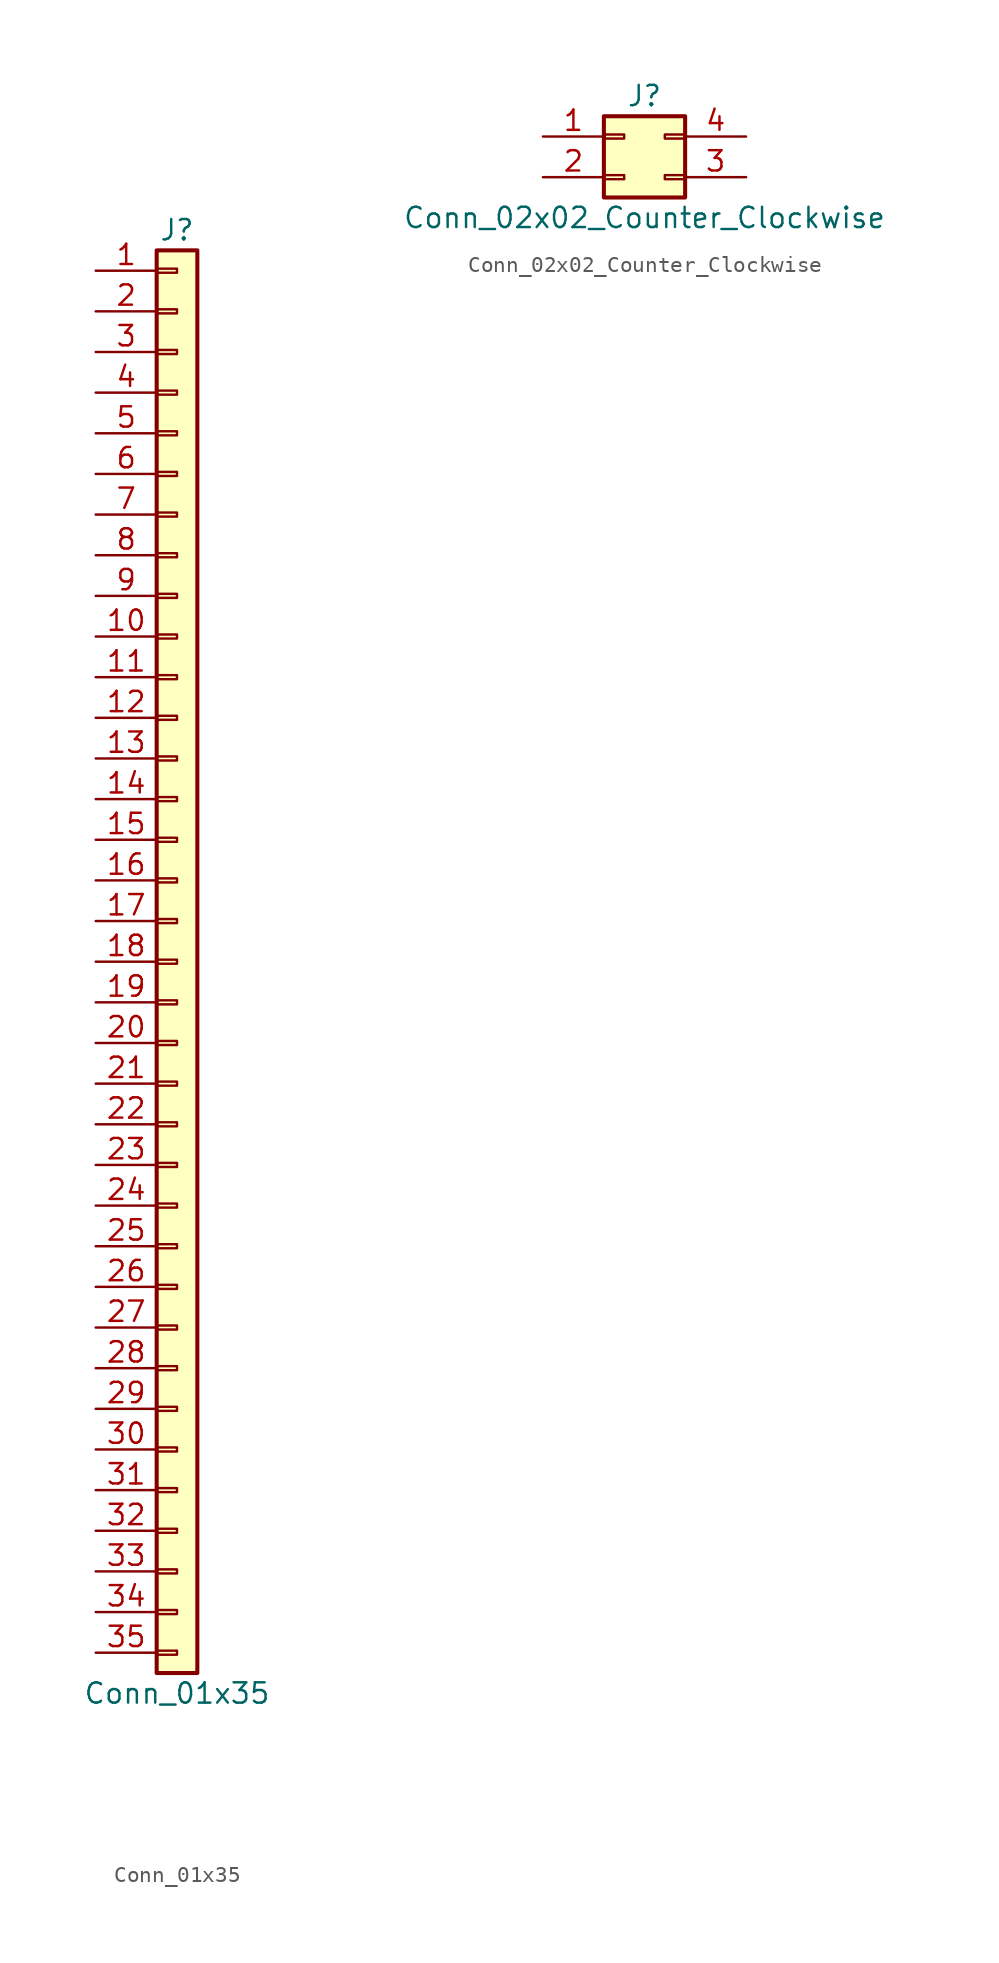
<source format=kicad_sym>
(kicad_symbol_lib
  (version 20220914)
  (generator kicad_symbol_editor)
  (symbol "Conn_01x35"
    (pin_names
      (offset 1.016) hide)
    (property "Reference" "J"
      (at 0 45.72 0)
      (effects (font (size 1.27 1.27))))
    (property "Value" "Conn_01x35"
      (at 0 -45.72 0)
      (effects (font (size 1.27 1.27))))
    (symbol "Conn_01x35_1_1"
      (rectangle (start -1.27 -43.053) (end 0 -43.307) (stroke (width 0.152) (type default)) (fill (type none)))
      (rectangle (start -1.27 -40.513) (end 0 -40.767) (stroke (width 0.152) (type default)) (fill (type none)))
      (rectangle (start -1.27 -37.973) (end 0 -38.227) (stroke (width 0.152) (type default)) (fill (type none)))
      (rectangle (start -1.27 -35.433) (end 0 -35.687) (stroke (width 0.152) (type default)) (fill (type none)))
      (rectangle (start -1.27 -32.893) (end 0 -33.147) (stroke (width 0.152) (type default)) (fill (type none)))
      (rectangle (start -1.27 -30.353) (end 0 -30.607) (stroke (width 0.152) (type default)) (fill (type none)))
      (rectangle (start -1.27 -27.813) (end 0 -28.067) (stroke (width 0.152) (type default)) (fill (type none)))
      (rectangle (start -1.27 -25.273) (end 0 -25.527) (stroke (width 0.152) (type default)) (fill (type none)))
      (rectangle (start -1.27 -22.733) (end 0 -22.987) (stroke (width 0.152) (type default)) (fill (type none)))
      (rectangle (start -1.27 -20.193) (end 0 -20.447) (stroke (width 0.152) (type default)) (fill (type none)))
      (rectangle (start -1.27 -17.653) (end 0 -17.907) (stroke (width 0.152) (type default)) (fill (type none)))
      (rectangle (start -1.27 -15.113) (end 0 -15.367) (stroke (width 0.152) (type default)) (fill (type none)))
      (rectangle (start -1.27 -12.573) (end 0 -12.827) (stroke (width 0.152) (type default)) (fill (type none)))
      (rectangle (start -1.27 -10.033) (end 0 -10.287) (stroke (width 0.152) (type default)) (fill (type none)))
      (rectangle (start -1.27 -7.493) (end 0 -7.747) (stroke (width 0.152) (type default)) (fill (type none)))
      (rectangle (start -1.27 -4.953) (end 0 -5.207) (stroke (width 0.152) (type default)) (fill (type none)))
      (rectangle (start -1.27 -2.413) (end 0 -2.667) (stroke (width 0.152) (type default)) (fill (type none)))
      (rectangle (start -1.27 0.127) (end 0 -0.127) (stroke (width 0.152) (type default)) (fill (type none)))
      (rectangle (start -1.27 2.667) (end 0 2.413) (stroke (width 0.152) (type default)) (fill (type none)))
      (rectangle (start -1.27 5.207) (end 0 4.953) (stroke (width 0.152) (type default)) (fill (type none)))
      (rectangle (start -1.27 7.747) (end 0 7.493) (stroke (width 0.152) (type default)) (fill (type none)))
      (rectangle (start -1.27 10.287) (end 0 10.033) (stroke (width 0.152) (type default)) (fill (type none)))
      (rectangle (start -1.27 12.827) (end 0 12.573) (stroke (width 0.152) (type default)) (fill (type none)))
      (rectangle (start -1.27 15.367) (end 0 15.113) (stroke (width 0.152) (type default)) (fill (type none)))
      (rectangle (start -1.27 17.907) (end 0 17.653) (stroke (width 0.152) (type default)) (fill (type none)))
      (rectangle (start -1.27 20.447) (end 0 20.193) (stroke (width 0.152) (type default)) (fill (type none)))
      (rectangle (start -1.27 22.987) (end 0 22.733) (stroke (width 0.152) (type default)) (fill (type none)))
      (rectangle (start -1.27 25.527) (end 0 25.273) (stroke (width 0.152) (type default)) (fill (type none)))
      (rectangle (start -1.27 28.067) (end 0 27.813) (stroke (width 0.152) (type default)) (fill (type none)))
      (rectangle (start -1.27 30.607) (end 0 30.353) (stroke (width 0.152) (type default)) (fill (type none)))
      (rectangle (start -1.27 33.147) (end 0 32.893) (stroke (width 0.152) (type default)) (fill (type none)))
      (rectangle (start -1.27 35.687) (end 0 35.433) (stroke (width 0.152) (type default)) (fill (type none)))
      (rectangle (start -1.27 38.227) (end 0 37.973) (stroke (width 0.152) (type default)) (fill (type none)))
      (rectangle (start -1.27 40.767) (end 0 40.513) (stroke (width 0.152) (type default)) (fill (type none)))
      (rectangle (start -1.27 43.307) (end 0 43.053) (stroke (width 0.152) (type default)) (fill (type none)))
      (rectangle (start -1.27 44.45) (end 1.27 -44.45) (stroke (width 0.254) (type default)) (fill (type background)))
      (pin passive line (at -5.08 43.18 0) (length 3.81) (name "Pin_1" (effects (font (size 1.27 1.27)))) (number "1" (effects (font (size 1.27 1.27)))))
      (pin passive line (at -5.08 20.32 0) (length 3.81) (name "Pin_10" (effects (font (size 1.27 1.27)))) (number "10" (effects (font (size 1.27 1.27)))))
      (pin passive line (at -5.08 17.78 0) (length 3.81) (name "Pin_11" (effects (font (size 1.27 1.27)))) (number "11" (effects (font (size 1.27 1.27)))))
      (pin passive line (at -5.08 15.24 0) (length 3.81) (name "Pin_12" (effects (font (size 1.27 1.27)))) (number "12" (effects (font (size 1.27 1.27)))))
      (pin passive line (at -5.08 12.7 0) (length 3.81) (name "Pin_13" (effects (font (size 1.27 1.27)))) (number "13" (effects (font (size 1.27 1.27)))))
      (pin passive line (at -5.08 10.16 0) (length 3.81) (name "Pin_14" (effects (font (size 1.27 1.27)))) (number "14" (effects (font (size 1.27 1.27)))))
      (pin passive line (at -5.08 7.62 0) (length 3.81) (name "Pin_15" (effects (font (size 1.27 1.27)))) (number "15" (effects (font (size 1.27 1.27)))))
      (pin passive line (at -5.08 5.08 0) (length 3.81) (name "Pin_16" (effects (font (size 1.27 1.27)))) (number "16" (effects (font (size 1.27 1.27)))))
      (pin passive line (at -5.08 2.54 0) (length 3.81) (name "Pin_17" (effects (font (size 1.27 1.27)))) (number "17" (effects (font (size 1.27 1.27)))))
      (pin passive line (at -5.08 0 0) (length 3.81) (name "Pin_18" (effects (font (size 1.27 1.27)))) (number "18" (effects (font (size 1.27 1.27)))))
      (pin passive line (at -5.08 -2.54 0) (length 3.81) (name "Pin_19" (effects (font (size 1.27 1.27)))) (number "19" (effects (font (size 1.27 1.27)))))
      (pin passive line (at -5.08 40.64 0) (length 3.81) (name "Pin_2" (effects (font (size 1.27 1.27)))) (number "2" (effects (font (size 1.27 1.27)))))
      (pin passive line (at -5.08 -5.08 0) (length 3.81) (name "Pin_20" (effects (font (size 1.27 1.27)))) (number "20" (effects (font (size 1.27 1.27)))))
      (pin passive line (at -5.08 -7.62 0) (length 3.81) (name "Pin_21" (effects (font (size 1.27 1.27)))) (number "21" (effects (font (size 1.27 1.27)))))
      (pin passive line (at -5.08 -10.16 0) (length 3.81) (name "Pin_22" (effects (font (size 1.27 1.27)))) (number "22" (effects (font (size 1.27 1.27)))))
      (pin passive line (at -5.08 -12.7 0) (length 3.81) (name "Pin_23" (effects (font (size 1.27 1.27)))) (number "23" (effects (font (size 1.27 1.27)))))
      (pin passive line (at -5.08 -15.24 0) (length 3.81) (name "Pin_24" (effects (font (size 1.27 1.27)))) (number "24" (effects (font (size 1.27 1.27)))))
      (pin passive line (at -5.08 -17.78 0) (length 3.81) (name "Pin_25" (effects (font (size 1.27 1.27)))) (number "25" (effects (font (size 1.27 1.27)))))
      (pin passive line (at -5.08 -20.32 0) (length 3.81) (name "Pin_26" (effects (font (size 1.27 1.27)))) (number "26" (effects (font (size 1.27 1.27)))))
      (pin passive line (at -5.08 -22.86 0) (length 3.81) (name "Pin_27" (effects (font (size 1.27 1.27)))) (number "27" (effects (font (size 1.27 1.27)))))
      (pin passive line (at -5.08 -25.4 0) (length 3.81) (name "Pin_28" (effects (font (size 1.27 1.27)))) (number "28" (effects (font (size 1.27 1.27)))))
      (pin passive line (at -5.08 -27.94 0) (length 3.81) (name "Pin_29" (effects (font (size 1.27 1.27)))) (number "29" (effects (font (size 1.27 1.27)))))
      (pin passive line (at -5.08 38.1 0) (length 3.81) (name "Pin_3" (effects (font (size 1.27 1.27)))) (number "3" (effects (font (size 1.27 1.27)))))
      (pin passive line (at -5.08 -30.48 0) (length 3.81) (name "Pin_30" (effects (font (size 1.27 1.27)))) (number "30" (effects (font (size 1.27 1.27)))))
      (pin passive line (at -5.08 -33.02 0) (length 3.81) (name "Pin_31" (effects (font (size 1.27 1.27)))) (number "31" (effects (font (size 1.27 1.27)))))
      (pin passive line (at -5.08 -35.56 0) (length 3.81) (name "Pin_32" (effects (font (size 1.27 1.27)))) (number "32" (effects (font (size 1.27 1.27)))))
      (pin passive line (at -5.08 -38.1 0) (length 3.81) (name "Pin_33" (effects (font (size 1.27 1.27)))) (number "33" (effects (font (size 1.27 1.27)))))
      (pin passive line (at -5.08 -40.64 0) (length 3.81) (name "Pin_34" (effects (font (size 1.27 1.27)))) (number "34" (effects (font (size 1.27 1.27)))))
      (pin passive line (at -5.08 -43.18 0) (length 3.81) (name "Pin_35" (effects (font (size 1.27 1.27)))) (number "35" (effects (font (size 1.27 1.27)))))
      (pin passive line (at -5.08 35.56 0) (length 3.81) (name "Pin_4" (effects (font (size 1.27 1.27)))) (number "4" (effects (font (size 1.27 1.27)))))
      (pin passive line (at -5.08 33.02 0) (length 3.81) (name "Pin_5" (effects (font (size 1.27 1.27)))) (number "5" (effects (font (size 1.27 1.27)))))
      (pin passive line (at -5.08 30.48 0) (length 3.81) (name "Pin_6" (effects (font (size 1.27 1.27)))) (number "6" (effects (font (size 1.27 1.27)))))
      (pin passive line (at -5.08 27.94 0) (length 3.81) (name "Pin_7" (effects (font (size 1.27 1.27)))) (number "7" (effects (font (size 1.27 1.27)))))
      (pin passive line (at -5.08 25.4 0) (length 3.81) (name "Pin_8" (effects (font (size 1.27 1.27)))) (number "8" (effects (font (size 1.27 1.27)))))
      (pin passive line (at -5.08 22.86 0) (length 3.81) (name "Pin_9" (effects (font (size 1.27 1.27)))) (number "9" (effects (font (size 1.27 1.27)))))))
  (symbol "Conn_02x02_Counter_Clockwise"
    (pin_names
      (offset 1.016) hide)
    (property "Reference" "J"
      (at 1.27 2.54 0)
      (effects (font (size 1.27 1.27))))
    (property "Value" "Conn_02x02_Counter_Clockwise"
      (at 1.27 -5.08 0)
      (effects (font (size 1.27 1.27))))
    (symbol "Conn_02x02_Counter_Clockwise_1_1"
      (rectangle (start -1.27 -2.413) (end 0 -2.667) (stroke (width 0.152) (type default)) (fill (type none)))
      (rectangle (start -1.27 0.127) (end 0 -0.127) (stroke (width 0.152) (type default)) (fill (type none)))
      (rectangle (start -1.27 1.27) (end 3.81 -3.81) (stroke (width 0.254) (type default)) (fill (type background)))
      (rectangle (start 3.81 -2.413) (end 2.54 -2.667) (stroke (width 0.152) (type default)) (fill (type none)))
      (rectangle (start 3.81 0.127) (end 2.54 -0.127) (stroke (width 0.152) (type default)) (fill (type none)))
      (pin passive line (at -5.08 0 0) (length 3.81) (name "Pin_1" (effects (font (size 1.27 1.27)))) (number "1" (effects (font (size 1.27 1.27)))))
      (pin passive line (at -5.08 -2.54 0) (length 3.81) (name "Pin_2" (effects (font (size 1.27 1.27)))) (number "2" (effects (font (size 1.27 1.27)))))
      (pin passive line (at 7.62 -2.54 180) (length 3.81) (name "Pin_3" (effects (font (size 1.27 1.27)))) (number "3" (effects (font (size 1.27 1.27)))))
      (pin passive line (at 7.62 0 180) (length 3.81) (name "Pin_4" (effects (font (size 1.27 1.27)))) (number "4" (effects (font (size 1.27 1.27))))))))
</source>
